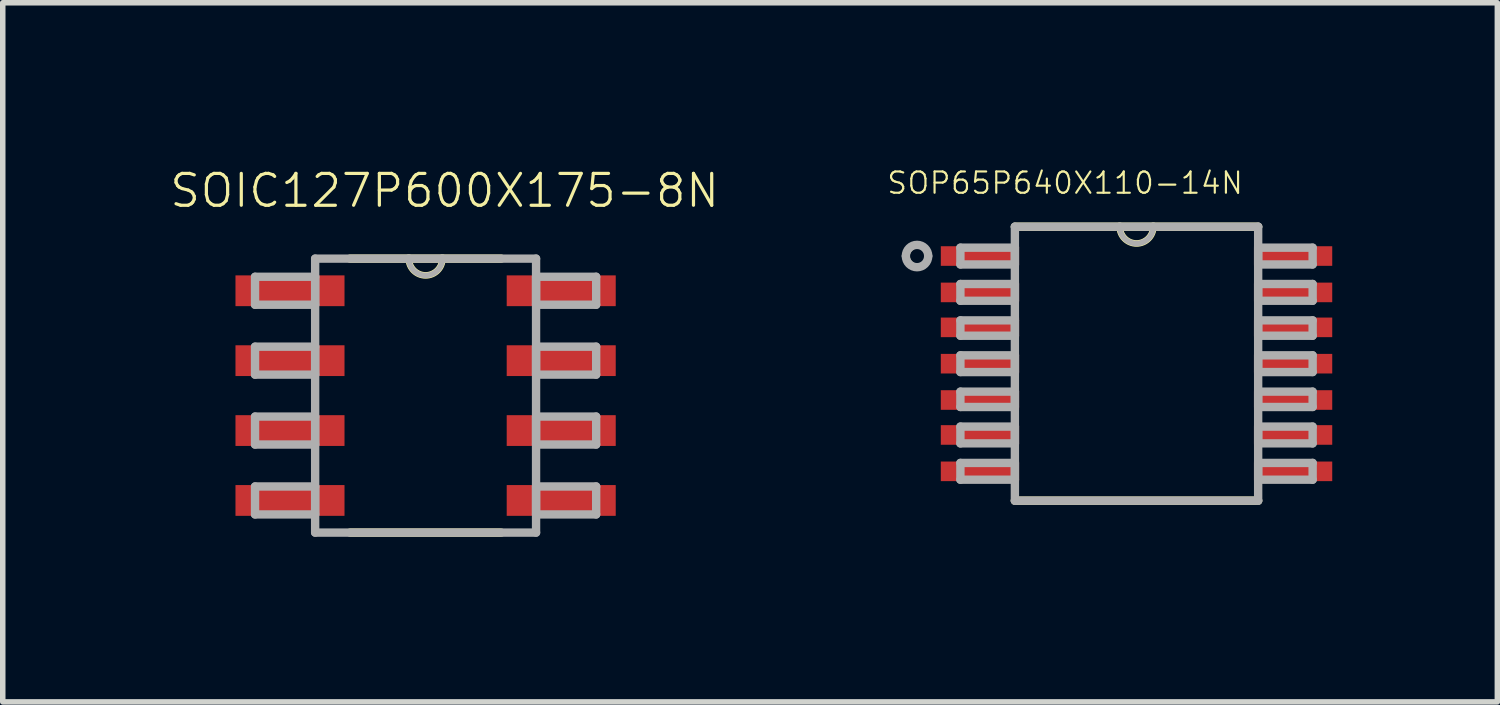
<source format=kicad_pcb>
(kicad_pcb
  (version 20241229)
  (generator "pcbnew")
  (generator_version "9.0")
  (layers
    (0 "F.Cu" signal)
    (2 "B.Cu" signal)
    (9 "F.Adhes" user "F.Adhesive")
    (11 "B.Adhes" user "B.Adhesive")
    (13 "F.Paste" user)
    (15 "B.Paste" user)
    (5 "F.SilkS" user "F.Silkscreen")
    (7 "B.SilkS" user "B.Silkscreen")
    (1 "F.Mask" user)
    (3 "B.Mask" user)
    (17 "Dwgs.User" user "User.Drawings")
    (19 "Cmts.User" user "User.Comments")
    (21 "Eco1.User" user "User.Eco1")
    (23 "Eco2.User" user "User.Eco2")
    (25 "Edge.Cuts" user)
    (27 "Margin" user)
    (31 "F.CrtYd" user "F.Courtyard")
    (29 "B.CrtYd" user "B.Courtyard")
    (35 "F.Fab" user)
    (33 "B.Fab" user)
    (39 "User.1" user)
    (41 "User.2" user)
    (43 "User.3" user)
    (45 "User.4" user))
  (footprint "SOP65P640X110-14N"
    (layer "F.Cu")
    (at 17.6 3.558)
    (property "Reference" "SOP65P640X110-14N" (at -4.559 -3.057 0) (layer "F.SilkS") (effects (font (size 0.386 0.386) (thickness 0.039)) (justify left bottom)))
    (attr through_hole)
    (fp_line (start -2.21 2.489) (end 2.21 2.489) (stroke (width 0.152) (type solid)) (layer "F.SilkS"))
    (fp_line (start -0.305 -2.489) (end -2.21 -2.489) (stroke (width 0.152) (type solid)) (layer "F.SilkS"))
    (fp_line (start 0.305 -2.489) (end -0.305 -2.489) (stroke (width 0.152) (type solid)) (layer "F.SilkS"))
    (fp_line (start 2.21 -2.489) (end 0.305 -2.489) (stroke (width 0.152) (type solid)) (layer "F.SilkS"))
    (fp_arc (start -3.8862 -1.778) (mid -4.179204 -1.955801) (end -3.886199 -2.133599) (stroke (width 0.12) (type solid)) (layer "F.SilkS"))
    (fp_arc (start 0.3048 -2.4892) (mid 0 -2.1844) (end -0.3048 -2.4892) (stroke (width 0.12) (type solid)) (layer "F.SilkS"))
    (fp_line (start -3.2 -2.108) (end -3.2 -1.803) (stroke (width 0.152) (type solid)) (layer "F.Fab"))
    (fp_line (start -3.2 -1.803) (end -2.21 -1.803) (stroke (width 0.152) (type solid)) (layer "F.Fab"))
    (fp_line (start -3.2 -1.448) (end -3.2 -1.143) (stroke (width 0.152) (type solid)) (layer "F.Fab"))
    (fp_line (start -3.2 -1.143) (end -2.21 -1.143) (stroke (width 0.152) (type solid)) (layer "F.Fab"))
    (fp_line (start -3.2 -0.787) (end -3.2 -0.508) (stroke (width 0.152) (type solid)) (layer "F.Fab"))
    (fp_line (start -3.2 -0.508) (end -2.21 -0.508) (stroke (width 0.152) (type solid)) (layer "F.Fab"))
    (fp_line (start -3.2 -0.152) (end -3.2 0.152) (stroke (width 0.152) (type solid)) (layer "F.Fab"))
    (fp_line (start -3.2 0.152) (end -2.21 0.152) (stroke (width 0.152) (type solid)) (layer "F.Fab"))
    (fp_line (start -3.2 0.508) (end -3.2 0.787) (stroke (width 0.152) (type solid)) (layer "F.Fab"))
    (fp_line (start -3.2 0.787) (end -2.21 0.787) (stroke (width 0.152) (type solid)) (layer "F.Fab"))
    (fp_line (start -3.2 1.143) (end -3.2 1.448) (stroke (width 0.152) (type solid)) (layer "F.Fab"))
    (fp_line (start -3.2 1.448) (end -2.21 1.448) (stroke (width 0.152) (type solid)) (layer "F.Fab"))
    (fp_line (start -3.2 1.803) (end -3.2 2.108) (stroke (width 0.152) (type solid)) (layer "F.Fab"))
    (fp_line (start -3.2 2.108) (end -2.21 2.108) (stroke (width 0.152) (type solid)) (layer "F.Fab"))
    (fp_line (start -2.21 -2.489) (end -2.21 2.489) (stroke (width 0.152) (type solid)) (layer "F.Fab"))
    (fp_line (start -2.21 -2.108) (end -3.2 -2.108) (stroke (width 0.152) (type solid)) (layer "F.Fab"))
    (fp_line (start -2.21 -1.803) (end -2.21 -2.108) (stroke (width 0.152) (type solid)) (layer "F.Fab"))
    (fp_line (start -2.21 -1.448) (end -3.2 -1.448) (stroke (width 0.152) (type solid)) (layer "F.Fab"))
    (fp_line (start -2.21 -1.143) (end -2.21 -1.448) (stroke (width 0.152) (type solid)) (layer "F.Fab"))
    (fp_line (start -2.21 -0.787) (end -3.2 -0.787) (stroke (width 0.152) (type solid)) (layer "F.Fab"))
    (fp_line (start -2.21 -0.508) (end -2.21 -0.787) (stroke (width 0.152) (type solid)) (layer "F.Fab"))
    (fp_line (start -2.21 -0.152) (end -3.2 -0.152) (stroke (width 0.152) (type solid)) (layer "F.Fab"))
    (fp_line (start -2.21 0.152) (end -2.21 -0.152) (stroke (width 0.152) (type solid)) (layer "F.Fab"))
    (fp_line (start -2.21 0.508) (end -3.2 0.508) (stroke (width 0.152) (type solid)) (layer "F.Fab"))
    (fp_line (start -2.21 0.787) (end -2.21 0.508) (stroke (width 0.152) (type solid)) (layer "F.Fab"))
    (fp_line (start -2.21 1.143) (end -3.2 1.143) (stroke (width 0.152) (type solid)) (layer "F.Fab"))
    (fp_line (start -2.21 1.448) (end -2.21 1.143) (stroke (width 0.152) (type solid)) (layer "F.Fab"))
    (fp_line (start -2.21 1.803) (end -3.2 1.803) (stroke (width 0.152) (type solid)) (layer "F.Fab"))
    (fp_line (start -2.21 2.108) (end -2.21 1.803) (stroke (width 0.152) (type solid)) (layer "F.Fab"))
    (fp_line (start -2.21 2.489) (end 2.21 2.489) (stroke (width 0.152) (type solid)) (layer "F.Fab"))
    (fp_line (start -0.305 -2.489) (end -2.21 -2.489) (stroke (width 0.152) (type solid)) (layer "F.Fab"))
    (fp_line (start 0.305 -2.489) (end -0.305 -2.489) (stroke (width 0.152) (type solid)) (layer "F.Fab"))
    (fp_line (start 2.21 -2.489) (end 0.305 -2.489) (stroke (width 0.152) (type solid)) (layer "F.Fab"))
    (fp_line (start 2.21 -2.108) (end 2.21 -1.803) (stroke (width 0.152) (type solid)) (layer "F.Fab"))
    (fp_line (start 2.21 -1.803) (end 3.2 -1.803) (stroke (width 0.152) (type solid)) (layer "F.Fab"))
    (fp_line (start 2.21 -1.448) (end 2.21 -1.143) (stroke (width 0.152) (type solid)) (layer "F.Fab"))
    (fp_line (start 2.21 -1.143) (end 3.2 -1.143) (stroke (width 0.152) (type solid)) (layer "F.Fab"))
    (fp_line (start 2.21 -0.787) (end 2.21 -0.508) (stroke (width 0.152) (type solid)) (layer "F.Fab"))
    (fp_line (start 2.21 -0.508) (end 3.2 -0.508) (stroke (width 0.152) (type solid)) (layer "F.Fab"))
    (fp_line (start 2.21 -0.152) (end 2.21 0.152) (stroke (width 0.152) (type solid)) (layer "F.Fab"))
    (fp_line (start 2.21 0.152) (end 3.2 0.152) (stroke (width 0.152) (type solid)) (layer "F.Fab"))
    (fp_line (start 2.21 0.508) (end 2.21 0.787) (stroke (width 0.152) (type solid)) (layer "F.Fab"))
    (fp_line (start 2.21 0.787) (end 3.2 0.787) (stroke (width 0.152) (type solid)) (layer "F.Fab"))
    (fp_line (start 2.21 1.143) (end 2.21 1.448) (stroke (width 0.152) (type solid)) (layer "F.Fab"))
    (fp_line (start 2.21 1.448) (end 3.2 1.448) (stroke (width 0.152) (type solid)) (layer "F.Fab"))
    (fp_line (start 2.21 1.803) (end 2.21 2.108) (stroke (width 0.152) (type solid)) (layer "F.Fab"))
    (fp_line (start 2.21 2.108) (end 3.2 2.108) (stroke (width 0.152) (type solid)) (layer "F.Fab"))
    (fp_line (start 2.21 2.489) (end 2.21 -2.489) (stroke (width 0.152) (type solid)) (layer "F.Fab"))
    (fp_line (start 3.2 -2.108) (end 2.21 -2.108) (stroke (width 0.152) (type solid)) (layer "F.Fab"))
    (fp_line (start 3.2 -1.803) (end 3.2 -2.108) (stroke (width 0.152) (type solid)) (layer "F.Fab"))
    (fp_line (start 3.2 -1.448) (end 2.21 -1.448) (stroke (width 0.152) (type solid)) (layer "F.Fab"))
    (fp_line (start 3.2 -1.143) (end 3.2 -1.448) (stroke (width 0.152) (type solid)) (layer "F.Fab"))
    (fp_line (start 3.2 -0.787) (end 2.21 -0.787) (stroke (width 0.152) (type solid)) (layer "F.Fab"))
    (fp_line (start 3.2 -0.508) (end 3.2 -0.787) (stroke (width 0.152) (type solid)) (layer "F.Fab"))
    (fp_line (start 3.2 -0.152) (end 2.21 -0.152) (stroke (width 0.152) (type solid)) (layer "F.Fab"))
    (fp_line (start 3.2 0.152) (end 3.2 -0.152) (stroke (width 0.152) (type solid)) (layer "F.Fab"))
    (fp_line (start 3.2 0.508) (end 2.21 0.508) (stroke (width 0.152) (type solid)) (layer "F.Fab"))
    (fp_line (start 3.2 0.787) (end 3.2 0.508) (stroke (width 0.152) (type solid)) (layer "F.Fab"))
    (fp_line (start 3.2 1.143) (end 2.21 1.143) (stroke (width 0.152) (type solid)) (layer "F.Fab"))
    (fp_line (start 3.2 1.448) (end 3.2 1.143) (stroke (width 0.152) (type solid)) (layer "F.Fab"))
    (fp_line (start 3.2 1.803) (end 2.21 1.803) (stroke (width 0.152) (type solid)) (layer "F.Fab"))
    (fp_line (start 3.2 2.108) (end 3.2 1.803) (stroke (width 0.152) (type solid)) (layer "F.Fab"))
    (fp_arc (start -4.191 -1.9558) (mid -3.9878 -2.159) (end -3.7846 -1.9558) (stroke (width 0.1524) (type solid)) (layer "F.Fab"))
    (fp_arc (start -3.7846 -1.9558) (mid -3.9878 -1.7526) (end -4.191 -1.9558) (stroke (width 0.1524) (type solid)) (layer "F.Fab"))
    (fp_arc (start 0.3048 -2.4892) (mid 0 -2.1844) (end -0.3048 -2.4892) (stroke (width 0.1) (type solid)) (layer "F.Fab"))
    (pad "1" smd rect (at -2.845 -1.956) (size 1.422 0.356) (layers "F.Cu" "F.Mask" "F.Paste"))
    (pad "2" smd rect (at -2.845 -1.295) (size 1.422 0.356) (layers "F.Cu" "F.Mask" "F.Paste"))
    (pad "3" smd rect (at -2.845 -0.66) (size 1.422 0.356) (layers "F.Cu" "F.Mask" "F.Paste"))
    (pad "4" smd rect (at -2.845 0) (size 1.422 0.356) (layers "F.Cu" "F.Mask" "F.Paste"))
    (pad "5" smd rect (at -2.845 0.66) (size 1.422 0.356) (layers "F.Cu" "F.Mask" "F.Paste"))
    (pad "6" smd rect (at -2.845 1.295) (size 1.422 0.356) (layers "F.Cu" "F.Mask" "F.Paste"))
    (pad "7" smd rect (at -2.845 1.956) (size 1.422 0.356) (layers "F.Cu" "F.Mask" "F.Paste"))
    (pad "8" smd rect (at 2.845 1.956 180) (size 1.422 0.356) (layers "F.Cu" "F.Mask" "F.Paste"))
    (pad "9" smd rect (at 2.845 1.295 180) (size 1.422 0.356) (layers "F.Cu" "F.Mask" "F.Paste"))
    (pad "10" smd rect (at 2.845 0.66 180) (size 1.422 0.356) (layers "F.Cu" "F.Mask" "F.Paste"))
    (pad "11" smd rect (at 2.845 0 180) (size 1.422 0.356) (layers "F.Cu" "F.Mask" "F.Paste"))
    (pad "12" smd rect (at 2.845 -0.66 180) (size 1.422 0.356) (layers "F.Cu" "F.Mask" "F.Paste"))
    (pad "13" smd rect (at 2.845 -1.295 180) (size 1.422 0.356) (layers "F.Cu" "F.Mask" "F.Paste"))
    (pad "14" smd rect (at 2.845 -1.956 180) (size 1.422 0.356) (layers "F.Cu" "F.Mask" "F.Paste")))
  (footprint "SOIC127P600X175-8N"
    (layer "F.Cu")
    (at 4.683 4.138)
    (property "Reference" "SOIC127P600X175-8N" (at -4.683 -3.385 0) (layer "F.SilkS") (effects (font (size 0.579 0.579) (thickness 0.058)) (justify left bottom)))
    (attr through_hole)
    (fp_line (start -1.372 2.489) (end 1.372 2.489) (stroke (width 0.152) (type solid)) (layer "F.SilkS"))
    (fp_line (start -0.305 -2.489) (end -1.372 -2.489) (stroke (width 0.152) (type solid)) (layer "F.SilkS"))
    (fp_line (start 0.305 -2.489) (end -0.305 -2.489) (stroke (width 0.152) (type solid)) (layer "F.SilkS"))
    (fp_line (start 1.372 -2.489) (end 0.305 -2.489) (stroke (width 0.152) (type solid)) (layer "F.SilkS"))
    (fp_arc (start 0.3048 -2.4892) (mid 0 -2.1844) (end -0.3048 -2.4892) (stroke (width 0.12) (type solid)) (layer "F.SilkS"))
    (fp_line (start -3.099 -2.159) (end -3.099 -1.651) (stroke (width 0.152) (type solid)) (layer "F.Fab"))
    (fp_line (start -3.099 -1.651) (end -2.007 -1.651) (stroke (width 0.152) (type solid)) (layer "F.Fab"))
    (fp_line (start -3.099 -0.889) (end -3.099 -0.381) (stroke (width 0.152) (type solid)) (layer "F.Fab"))
    (fp_line (start -3.099 -0.381) (end -2.007 -0.381) (stroke (width 0.152) (type solid)) (layer "F.Fab"))
    (fp_line (start -3.099 0.381) (end -3.099 0.889) (stroke (width 0.152) (type solid)) (layer "F.Fab"))
    (fp_line (start -3.099 0.889) (end -2.007 0.889) (stroke (width 0.152) (type solid)) (layer "F.Fab"))
    (fp_line (start -3.099 1.651) (end -3.099 2.159) (stroke (width 0.152) (type solid)) (layer "F.Fab"))
    (fp_line (start -3.099 2.159) (end -2.007 2.159) (stroke (width 0.152) (type solid)) (layer "F.Fab"))
    (fp_line (start -2.007 -2.489) (end -2.007 2.489) (stroke (width 0.152) (type solid)) (layer "F.Fab"))
    (fp_line (start -2.007 -2.159) (end -3.099 -2.159) (stroke (width 0.152) (type solid)) (layer "F.Fab"))
    (fp_line (start -2.007 -1.651) (end -2.007 -2.159) (stroke (width 0.152) (type solid)) (layer "F.Fab"))
    (fp_line (start -2.007 -0.889) (end -3.099 -0.889) (stroke (width 0.152) (type solid)) (layer "F.Fab"))
    (fp_line (start -2.007 -0.381) (end -2.007 -0.889) (stroke (width 0.152) (type solid)) (layer "F.Fab"))
    (fp_line (start -2.007 0.381) (end -3.099 0.381) (stroke (width 0.152) (type solid)) (layer "F.Fab"))
    (fp_line (start -2.007 0.889) (end -2.007 0.381) (stroke (width 0.152) (type solid)) (layer "F.Fab"))
    (fp_line (start -2.007 1.651) (end -3.099 1.651) (stroke (width 0.152) (type solid)) (layer "F.Fab"))
    (fp_line (start -2.007 2.159) (end -2.007 1.651) (stroke (width 0.152) (type solid)) (layer "F.Fab"))
    (fp_line (start -2.007 2.489) (end 2.007 2.489) (stroke (width 0.152) (type solid)) (layer "F.Fab"))
    (fp_line (start -0.305 -2.489) (end -2.007 -2.489) (stroke (width 0.152) (type solid)) (layer "F.Fab"))
    (fp_line (start 0.305 -2.489) (end -0.305 -2.489) (stroke (width 0.152) (type solid)) (layer "F.Fab"))
    (fp_line (start 2.007 -2.489) (end 0.305 -2.489) (stroke (width 0.152) (type solid)) (layer "F.Fab"))
    (fp_line (start 2.007 -2.159) (end 2.007 -1.651) (stroke (width 0.152) (type solid)) (layer "F.Fab"))
    (fp_line (start 2.007 -1.651) (end 3.099 -1.651) (stroke (width 0.152) (type solid)) (layer "F.Fab"))
    (fp_line (start 2.007 -0.889) (end 2.007 -0.381) (stroke (width 0.152) (type solid)) (layer "F.Fab"))
    (fp_line (start 2.007 -0.381) (end 3.099 -0.381) (stroke (width 0.152) (type solid)) (layer "F.Fab"))
    (fp_line (start 2.007 0.381) (end 2.007 0.889) (stroke (width 0.152) (type solid)) (layer "F.Fab"))
    (fp_line (start 2.007 0.889) (end 3.099 0.889) (stroke (width 0.152) (type solid)) (layer "F.Fab"))
    (fp_line (start 2.007 1.651) (end 2.007 2.159) (stroke (width 0.152) (type solid)) (layer "F.Fab"))
    (fp_line (start 2.007 2.159) (end 3.099 2.159) (stroke (width 0.152) (type solid)) (layer "F.Fab"))
    (fp_line (start 2.007 2.489) (end 2.007 -2.489) (stroke (width 0.152) (type solid)) (layer "F.Fab"))
    (fp_line (start 3.099 -2.159) (end 2.007 -2.159) (stroke (width 0.152) (type solid)) (layer "F.Fab"))
    (fp_line (start 3.099 -1.651) (end 3.099 -2.159) (stroke (width 0.152) (type solid)) (layer "F.Fab"))
    (fp_line (start 3.099 -0.889) (end 2.007 -0.889) (stroke (width 0.152) (type solid)) (layer "F.Fab"))
    (fp_line (start 3.099 -0.381) (end 3.099 -0.889) (stroke (width 0.152) (type solid)) (layer "F.Fab"))
    (fp_line (start 3.099 0.381) (end 2.007 0.381) (stroke (width 0.152) (type solid)) (layer "F.Fab"))
    (fp_line (start 3.099 0.889) (end 3.099 0.381) (stroke (width 0.152) (type solid)) (layer "F.Fab"))
    (fp_line (start 3.099 1.651) (end 2.007 1.651) (stroke (width 0.152) (type solid)) (layer "F.Fab"))
    (fp_line (start 3.099 2.159) (end 3.099 1.651) (stroke (width 0.152) (type solid)) (layer "F.Fab"))
    (fp_arc (start 0.3048 -2.4892) (mid 0 -2.1844) (end -0.3048 -2.4892) (stroke (width 0.1) (type solid)) (layer "F.Fab"))
    (pad "1" smd rect (at -2.464 -1.905) (size 1.981 0.559) (layers "F.Cu" "F.Mask" "F.Paste"))
    (pad "2" smd rect (at -2.464 -0.635) (size 1.981 0.559) (layers "F.Cu" "F.Mask" "F.Paste"))
    (pad "3" smd rect (at -2.464 0.635) (size 1.981 0.559) (layers "F.Cu" "F.Mask" "F.Paste"))
    (pad "4" smd rect (at -2.464 1.905) (size 1.981 0.559) (layers "F.Cu" "F.Mask" "F.Paste"))
    (pad "5" smd rect (at 2.464 1.905) (size 1.981 0.559) (layers "F.Cu" "F.Mask" "F.Paste"))
    (pad "6" smd rect (at 2.464 0.635) (size 1.981 0.559) (layers "F.Cu" "F.Mask" "F.Paste"))
    (pad "7" smd rect (at 2.464 -0.635) (size 1.981 0.559) (layers "F.Cu" "F.Mask" "F.Paste"))
    (pad "8" smd rect (at 2.464 -1.905) (size 1.981 0.559) (layers "F.Cu" "F.Mask" "F.Paste")))
  (gr_rect
    (start -3 -3)
    (end 24.156 9.703)
    (stroke (width 0.1) (type default))
    (fill no)
    (layer "Edge.Cuts")))
</source>
